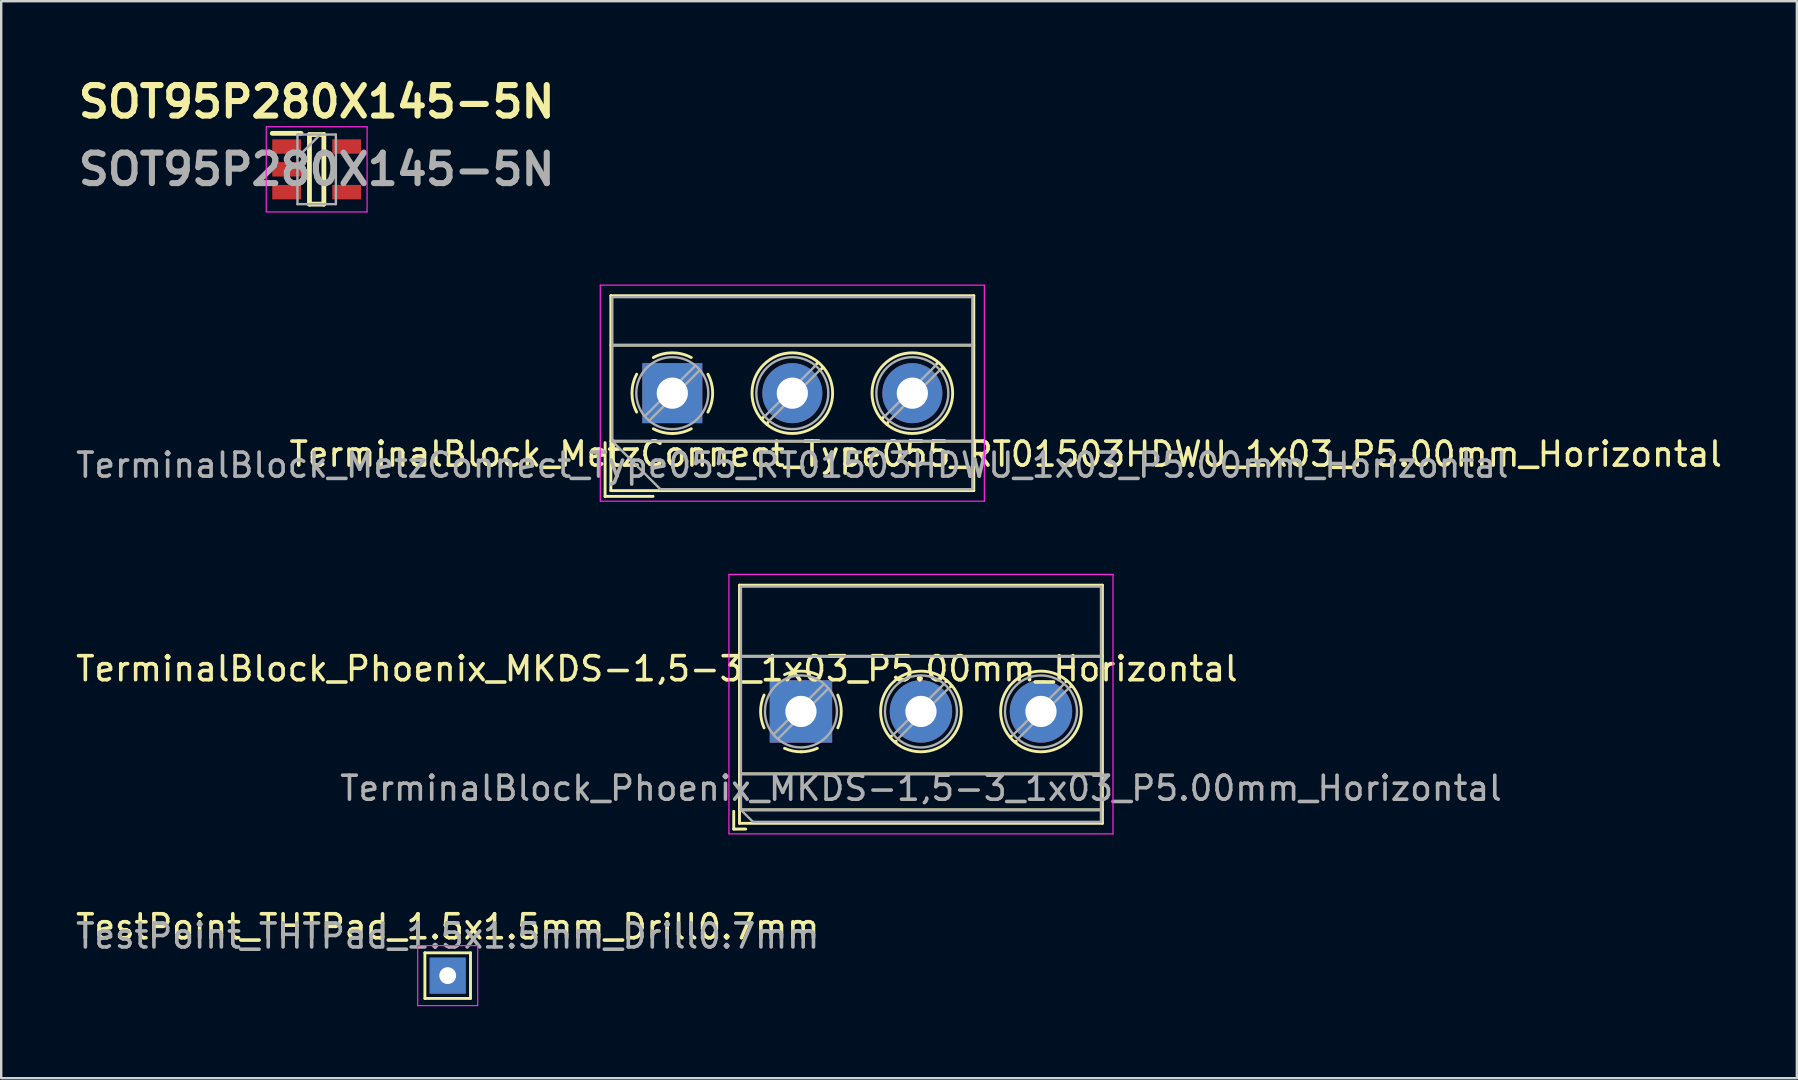
<source format=kicad_pcb>
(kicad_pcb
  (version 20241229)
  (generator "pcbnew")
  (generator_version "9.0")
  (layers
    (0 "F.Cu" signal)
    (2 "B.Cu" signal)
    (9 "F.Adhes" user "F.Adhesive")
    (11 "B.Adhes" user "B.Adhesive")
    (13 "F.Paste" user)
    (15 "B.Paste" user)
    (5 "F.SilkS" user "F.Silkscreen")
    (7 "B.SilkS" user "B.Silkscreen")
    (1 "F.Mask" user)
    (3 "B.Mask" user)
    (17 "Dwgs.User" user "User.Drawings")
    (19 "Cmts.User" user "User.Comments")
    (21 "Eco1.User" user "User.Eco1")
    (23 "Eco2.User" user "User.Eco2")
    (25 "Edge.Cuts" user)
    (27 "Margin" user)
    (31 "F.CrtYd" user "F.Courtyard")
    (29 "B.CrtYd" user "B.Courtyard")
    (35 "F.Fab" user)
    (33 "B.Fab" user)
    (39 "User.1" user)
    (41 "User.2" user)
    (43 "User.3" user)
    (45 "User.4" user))
  (footprint "SOT95P280X145-5N"
    (layer "F.Cu")
    (at 10.142 4.004)
    (property "Reference" "SOT95P280X145-5N" (at 0 -2.815 0) (layer "F.SilkS") (effects (font (size 1.27 1.27) (thickness 0.254))))
    (attr smd)
    (fp_line (start -1.85 -1.5) (end -0.65 -1.5) (stroke (width 0.2) (type solid)) (layer "F.SilkS"))
    (fp_line (start -0.3 -1.45) (end 0.3 -1.45) (stroke (width 0.2) (type solid)) (layer "F.SilkS"))
    (fp_line (start -0.3 1.45) (end -0.3 -1.45) (stroke (width 0.2) (type solid)) (layer "F.SilkS"))
    (fp_line (start 0.3 -1.45) (end 0.3 1.45) (stroke (width 0.2) (type solid)) (layer "F.SilkS"))
    (fp_line (start 0.3 1.45) (end -0.3 1.45) (stroke (width 0.2) (type solid)) (layer "F.SilkS"))
    (fp_line (start -2.1 -1.775) (end 2.1 -1.775) (stroke (width 0.05) (type solid)) (layer "F.CrtYd"))
    (fp_line (start -2.1 1.775) (end -2.1 -1.775) (stroke (width 0.05) (type solid)) (layer "F.CrtYd"))
    (fp_line (start 2.1 -1.775) (end 2.1 1.775) (stroke (width 0.05) (type solid)) (layer "F.CrtYd"))
    (fp_line (start 2.1 1.775) (end -2.1 1.775) (stroke (width 0.05) (type solid)) (layer "F.CrtYd"))
    (fp_line (start -0.8 -1.45) (end 0.8 -1.45) (stroke (width 0.1) (type solid)) (layer "F.Fab"))
    (fp_line (start -0.8 -0.5) (end 0.15 -1.45) (stroke (width 0.1) (type solid)) (layer "F.Fab"))
    (fp_line (start -0.8 1.45) (end -0.8 -1.45) (stroke (width 0.1) (type solid)) (layer "F.Fab"))
    (fp_line (start 0.8 -1.45) (end 0.8 1.45) (stroke (width 0.1) (type solid)) (layer "F.Fab"))
    (fp_line (start 0.8 1.45) (end -0.8 1.45) (stroke (width 0.1) (type solid)) (layer "F.Fab"))
    (fp_text user "${REFERENCE}" (at 0 0 0) (layer "F.Fab") (effects (font (size 1.27 1.27) (thickness 0.254))))
    (pad "1" smd rect (at -1.25 -0.95 90) (size 0.6 1.2) (layers "F.Cu" "F.Mask" "F.Paste"))
    (pad "2" smd rect (at -1.25 0 90) (size 0.6 1.2) (layers "F.Cu" "F.Mask" "F.Paste"))
    (pad "3" smd rect (at -1.25 0.95 90) (size 0.6 1.2) (layers "F.Cu" "F.Mask" "F.Paste"))
    (pad "4" smd rect (at 1.25 0.95 90) (size 0.6 1.2) (layers "F.Cu" "F.Mask" "F.Paste"))
    (pad "5" smd rect (at 1.25 -0.95 90) (size 0.6 1.2) (layers "F.Cu" "F.Mask" "F.Paste")))
  (footprint "TerminalBlock_MetzConnect_Type055_RT01503HDWU_1x03_P5.00mm_Horizontal"
    (layer "F.Cu")
    (at 24.958 13.329)
    (property "Reference" "TerminalBlock_MetzConnect_Type055_RT01503HDWU_1x03_P5.00mm_Horizontal" (at 13.89 2.54 180) (layer "F.SilkS") (effects (font (size 1 1) (thickness 0.15))))
    (attr through_hole)
    (fp_line (start -2.8 2.06) (end -2.8 4.3) (stroke (width 0.12) (type solid)) (layer "F.SilkS"))
    (fp_line (start -2.8 4.3) (end -0.8 4.3) (stroke (width 0.12) (type solid)) (layer "F.SilkS"))
    (fp_line (start -2.56 -4.06) (end -2.56 4.06) (stroke (width 0.12) (type solid)) (layer "F.SilkS"))
    (fp_line (start -2.56 -4.06) (end 12.56 -4.06) (stroke (width 0.12) (type solid)) (layer "F.SilkS"))
    (fp_line (start -2.56 -2) (end 12.56 -2) (stroke (width 0.12) (type solid)) (layer "F.SilkS"))
    (fp_line (start -2.56 2) (end 12.56 2) (stroke (width 0.12) (type solid)) (layer "F.SilkS"))
    (fp_line (start -2.56 4.06) (end 12.56 4.06) (stroke (width 0.12) (type solid)) (layer "F.SilkS"))
    (fp_line (start 3.82 0.976) (end 3.726 1.069) (stroke (width 0.12) (type solid)) (layer "F.SilkS"))
    (fp_line (start 3.99 1.216) (end 3.931 1.274) (stroke (width 0.12) (type solid)) (layer "F.SilkS"))
    (fp_line (start 6.07 -1.275) (end 6.011 -1.216) (stroke (width 0.12) (type solid)) (layer "F.SilkS"))
    (fp_line (start 6.275 -1.069) (end 6.181 -0.976) (stroke (width 0.12) (type solid)) (layer "F.SilkS"))
    (fp_line (start 8.82 0.976) (end 8.726 1.069) (stroke (width 0.12) (type solid)) (layer "F.SilkS"))
    (fp_line (start 8.99 1.216) (end 8.931 1.274) (stroke (width 0.12) (type solid)) (layer "F.SilkS"))
    (fp_line (start 11.07 -1.275) (end 11.011 -1.216) (stroke (width 0.12) (type solid)) (layer "F.SilkS"))
    (fp_line (start 11.275 -1.069) (end 11.181 -0.976) (stroke (width 0.12) (type solid)) (layer "F.SilkS"))
    (fp_line (start 12.56 -4.06) (end 12.56 4.06) (stroke (width 0.12) (type solid)) (layer "F.SilkS"))
    (fp_arc (start -1.483953 0.789089) (mid -1.680708 0.00005) (end -1.484 -0.789) (stroke (width 0.12) (type solid)) (layer "F.SilkS"))
    (fp_arc (start -0.789089 -1.483953) (mid -0.00005 -1.680708) (end 0.789 -1.484) (stroke (width 0.12) (type solid)) (layer "F.SilkS"))
    (fp_arc (start 0.029383 1.68045) (mid -0.392304 1.634281) (end -0.789 1.484) (stroke (width 0.12) (type solid)) (layer "F.SilkS"))
    (fp_arc (start 0.788712 1.483352) (mid 0.406429 1.630097) (end 0 1.68) (stroke (width 0.12) (type solid)) (layer "F.SilkS"))
    (fp_arc (start 1.483953 -0.789089) (mid 1.680708 -0.00005) (end 1.484 0.789) (stroke (width 0.12) (type solid)) (layer "F.SilkS"))
    (fp_circle (center 5 0) (end 6.68 0) (stroke (width 0.12) (type solid)) (fill no) (layer "F.SilkS"))
    (fp_circle (center 10 0) (end 11.68 0) (stroke (width 0.12) (type solid)) (fill no) (layer "F.SilkS"))
    (fp_line (start -3 -4.5) (end -3 4.5) (stroke (width 0.05) (type solid)) (layer "F.CrtYd"))
    (fp_line (start -3 4.5) (end 13 4.5) (stroke (width 0.05) (type solid)) (layer "F.CrtYd"))
    (fp_line (start 13 -4.5) (end -3 -4.5) (stroke (width 0.05) (type solid)) (layer "F.CrtYd"))
    (fp_line (start 13 4.5) (end 13 -4.5) (stroke (width 0.05) (type solid)) (layer "F.CrtYd"))
    (fp_line (start -2.5 -4) (end 12.5 -4) (stroke (width 0.1) (type solid)) (layer "F.Fab"))
    (fp_line (start -2.5 -2) (end 12.5 -2) (stroke (width 0.1) (type solid)) (layer "F.Fab"))
    (fp_line (start -2.5 2) (end -2.5 -4) (stroke (width 0.1) (type solid)) (layer "F.Fab"))
    (fp_line (start -2.5 2) (end 12.5 2) (stroke (width 0.1) (type solid)) (layer "F.Fab"))
    (fp_line (start -0.5 4) (end -2.5 2) (stroke (width 0.1) (type solid)) (layer "F.Fab"))
    (fp_line (start 0.955 -1.138) (end -1.138 0.955) (stroke (width 0.1) (type solid)) (layer "F.Fab"))
    (fp_line (start 1.138 -0.955) (end -0.955 1.138) (stroke (width 0.1) (type solid)) (layer "F.Fab"))
    (fp_line (start 5.955 -1.138) (end 3.863 0.955) (stroke (width 0.1) (type solid)) (layer "F.Fab"))
    (fp_line (start 6.138 -0.955) (end 4.046 1.138) (stroke (width 0.1) (type solid)) (layer "F.Fab"))
    (fp_line (start 10.955 -1.138) (end 8.863 0.955) (stroke (width 0.1) (type solid)) (layer "F.Fab"))
    (fp_line (start 11.138 -0.955) (end 9.046 1.138) (stroke (width 0.1) (type solid)) (layer "F.Fab"))
    (fp_line (start 12.5 -4) (end 12.5 4) (stroke (width 0.1) (type solid)) (layer "F.Fab"))
    (fp_line (start 12.5 4) (end -0.5 4) (stroke (width 0.1) (type solid)) (layer "F.Fab"))
    (fp_circle (center 0 0) (end 1.5 0) (stroke (width 0.1) (type solid)) (fill no) (layer "F.Fab"))
    (fp_circle (center 5 0) (end 6.5 0) (stroke (width 0.1) (type solid)) (fill no) (layer "F.Fab"))
    (fp_circle (center 10 0) (end 11.5 0) (stroke (width 0.1) (type solid)) (fill no) (layer "F.Fab"))
    (fp_text user "${REFERENCE}" (at 5 3 180) (layer "F.Fab") (effects (font (size 1 1) (thickness 0.15))))
    (pad "1" thru_hole rect (at 0 0) (size 2.5 2.5) (drill 1.3) (layers "*.Cu" "*.Mask"))
    (pad "2" thru_hole circle (at 5 0) (size 2.5 2.5) (drill 1.3) (layers "*.Cu" "*.Mask"))
    (pad "3" thru_hole circle (at 10 0) (size 2.5 2.5) (drill 1.3) (layers "*.Cu" "*.Mask")))
  (footprint "TerminalBlock_Phoenix_MKDS-1,5-3_1x03_P5.00mm_Horizontal"
    (layer "F.Cu")
    (at 30.317 26.589)
    (property "Reference" "TerminalBlock_Phoenix_MKDS-1,5-3_1x03_P5.00mm_Horizontal" (at -6.002 -1.778 180) (layer "F.SilkS") (effects (font (size 1 1) (thickness 0.15))))
    (attr through_hole)
    (fp_line (start -2.8 4.16) (end -2.8 4.9) (stroke (width 0.12) (type solid)) (layer "F.SilkS"))
    (fp_line (start -2.8 4.9) (end -2.3 4.9) (stroke (width 0.12) (type solid)) (layer "F.SilkS"))
    (fp_line (start -2.56 -5.261) (end -2.56 4.66) (stroke (width 0.12) (type solid)) (layer "F.SilkS"))
    (fp_line (start -2.56 -5.261) (end 12.56 -5.261) (stroke (width 0.12) (type solid)) (layer "F.SilkS"))
    (fp_line (start -2.56 -2.301) (end 12.56 -2.301) (stroke (width 0.12) (type solid)) (layer "F.SilkS"))
    (fp_line (start -2.56 2.6) (end 12.56 2.6) (stroke (width 0.12) (type solid)) (layer "F.SilkS"))
    (fp_line (start -2.56 4.1) (end 12.56 4.1) (stroke (width 0.12) (type solid)) (layer "F.SilkS"))
    (fp_line (start -2.56 4.66) (end 12.56 4.66) (stroke (width 0.12) (type solid)) (layer "F.SilkS"))
    (fp_line (start 3.773 1.023) (end 3.726 1.069) (stroke (width 0.12) (type solid)) (layer "F.SilkS"))
    (fp_line (start 3.966 1.239) (end 3.931 1.274) (stroke (width 0.12) (type solid)) (layer "F.SilkS"))
    (fp_line (start 6.07 -1.275) (end 6.035 -1.239) (stroke (width 0.12) (type solid)) (layer "F.SilkS"))
    (fp_line (start 6.275 -1.069) (end 6.228 -1.023) (stroke (width 0.12) (type solid)) (layer "F.SilkS"))
    (fp_line (start 8.773 1.023) (end 8.726 1.069) (stroke (width 0.12) (type solid)) (layer "F.SilkS"))
    (fp_line (start 8.966 1.239) (end 8.931 1.274) (stroke (width 0.12) (type solid)) (layer "F.SilkS"))
    (fp_line (start 11.07 -1.275) (end 11.035 -1.239) (stroke (width 0.12) (type solid)) (layer "F.SilkS"))
    (fp_line (start 11.275 -1.069) (end 11.228 -1.023) (stroke (width 0.12) (type solid)) (layer "F.SilkS"))
    (fp_line (start 12.56 -5.261) (end 12.56 4.66) (stroke (width 0.12) (type solid)) (layer "F.SilkS"))
    (fp_arc (start -1.535427 0.683042) (mid -1.680501 -0.000524) (end -1.535 -0.684) (stroke (width 0.12) (type solid)) (layer "F.SilkS"))
    (fp_arc (start -0.683042 -1.535427) (mid 0.000524 -1.680501) (end 0.684 -1.535) (stroke (width 0.12) (type solid)) (layer "F.SilkS"))
    (fp_arc (start 0.028805 1.680253) (mid -0.335551 1.646659) (end -0.684 1.535) (stroke (width 0.12) (type solid)) (layer "F.SilkS"))
    (fp_arc (start 0.683318 1.534756) (mid 0.349292 1.643288) (end 0 1.68) (stroke (width 0.12) (type solid)) (layer "F.SilkS"))
    (fp_arc (start 1.535427 -0.683042) (mid 1.680501 0.000524) (end 1.535 0.684) (stroke (width 0.12) (type solid)) (layer "F.SilkS"))
    (fp_circle (center 5 0) (end 6.68 0) (stroke (width 0.12) (type solid)) (fill no) (layer "F.SilkS"))
    (fp_circle (center 10 0) (end 11.68 0) (stroke (width 0.12) (type solid)) (fill no) (layer "F.SilkS"))
    (fp_line (start -3 -5.71) (end -3 5.1) (stroke (width 0.05) (type solid)) (layer "F.CrtYd"))
    (fp_line (start -3 5.1) (end 13 5.1) (stroke (width 0.05) (type solid)) (layer "F.CrtYd"))
    (fp_line (start 13 -5.71) (end -3 -5.71) (stroke (width 0.05) (type solid)) (layer "F.CrtYd"))
    (fp_line (start 13 5.1) (end 13 -5.71) (stroke (width 0.05) (type solid)) (layer "F.CrtYd"))
    (fp_line (start -2.5 -5.2) (end 12.5 -5.2) (stroke (width 0.1) (type solid)) (layer "F.Fab"))
    (fp_line (start -2.5 -2.3) (end 12.5 -2.3) (stroke (width 0.1) (type solid)) (layer "F.Fab"))
    (fp_line (start -2.5 2.6) (end 12.5 2.6) (stroke (width 0.1) (type solid)) (layer "F.Fab"))
    (fp_line (start -2.5 4.1) (end -2.5 -5.2) (stroke (width 0.1) (type solid)) (layer "F.Fab"))
    (fp_line (start -2.5 4.1) (end 12.5 4.1) (stroke (width 0.1) (type solid)) (layer "F.Fab"))
    (fp_line (start -2 4.6) (end -2.5 4.1) (stroke (width 0.1) (type solid)) (layer "F.Fab"))
    (fp_line (start 0.955 -1.138) (end -1.138 0.955) (stroke (width 0.1) (type solid)) (layer "F.Fab"))
    (fp_line (start 1.138 -0.955) (end -0.955 1.138) (stroke (width 0.1) (type solid)) (layer "F.Fab"))
    (fp_line (start 5.955 -1.138) (end 3.863 0.955) (stroke (width 0.1) (type solid)) (layer "F.Fab"))
    (fp_line (start 6.138 -0.955) (end 4.046 1.138) (stroke (width 0.1) (type solid)) (layer "F.Fab"))
    (fp_line (start 10.955 -1.138) (end 8.863 0.955) (stroke (width 0.1) (type solid)) (layer "F.Fab"))
    (fp_line (start 11.138 -0.955) (end 9.046 1.138) (stroke (width 0.1) (type solid)) (layer "F.Fab"))
    (fp_line (start 12.5 -5.2) (end 12.5 4.6) (stroke (width 0.1) (type solid)) (layer "F.Fab"))
    (fp_line (start 12.5 4.6) (end -2 4.6) (stroke (width 0.1) (type solid)) (layer "F.Fab"))
    (fp_circle (center 0 0) (end 1.5 0) (stroke (width 0.1) (type solid)) (fill no) (layer "F.Fab"))
    (fp_circle (center 5 0) (end 6.5 0) (stroke (width 0.1) (type solid)) (fill no) (layer "F.Fab"))
    (fp_circle (center 10 0) (end 11.5 0) (stroke (width 0.1) (type solid)) (fill no) (layer "F.Fab"))
    (fp_text user "${REFERENCE}" (at 5 3.2 180) (layer "F.Fab") (effects (font (size 1 1) (thickness 0.15))))
    (pad "1" thru_hole rect (at 0 0) (size 2.6 2.6) (drill 1.3) (layers "*.Cu" "*.Mask"))
    (pad "2" thru_hole circle (at 5 0) (size 2.6 2.6) (drill 1.3) (layers "*.Cu" "*.Mask"))
    (pad "3" thru_hole circle (at 10 0) (size 2.6 2.6) (drill 1.3) (layers "*.Cu" "*.Mask")))
  (footprint "TestPoint_THTPad_1.5x1.5mm_Drill0.7mm"
    (layer "F.Cu")
    (at 15.601 37.594)
    (property "Reference" "TestPoint_THTPad_1.5x1.5mm_Drill0.7mm" (at 0 -2.032 0) (layer "F.SilkS") (effects (font (size 1 1) (thickness 0.15))))
    (attr exclude_from_pos_files)
    (fp_line (start -0.95 -0.95) (end 0.95 -0.95) (stroke (width 0.12) (type solid)) (layer "F.SilkS"))
    (fp_line (start -0.95 0.95) (end -0.95 -0.95) (stroke (width 0.12) (type solid)) (layer "F.SilkS"))
    (fp_line (start 0.95 -0.95) (end 0.95 0.95) (stroke (width 0.12) (type solid)) (layer "F.SilkS"))
    (fp_line (start 0.95 0.95) (end -0.95 0.95) (stroke (width 0.12) (type solid)) (layer "F.SilkS"))
    (fp_line (start -1.25 -1.25) (end -1.25 1.25) (stroke (width 0.05) (type solid)) (layer "F.CrtYd"))
    (fp_line (start -1.25 -1.25) (end 1.25 -1.25) (stroke (width 0.05) (type solid)) (layer "F.CrtYd"))
    (fp_line (start 1.25 1.25) (end -1.25 1.25) (stroke (width 0.05) (type solid)) (layer "F.CrtYd"))
    (fp_line (start 1.25 1.25) (end 1.25 -1.25) (stroke (width 0.05) (type solid)) (layer "F.CrtYd"))
    (fp_text user "${REFERENCE}" (at 0 -1.65 0) (layer "F.Fab") (effects (font (size 1 1) (thickness 0.15))))
    (pad "1" thru_hole rect (at 0 0) (size 1.5 1.5) (drill 0.7) (layers "*.Cu" "*.Mask")))
  (gr_rect
    (start -3 -3)
    (end 71.807 41.869)
    (stroke (width 0.1) (type default))
    (fill no)
    (layer "Edge.Cuts")))
</source>
